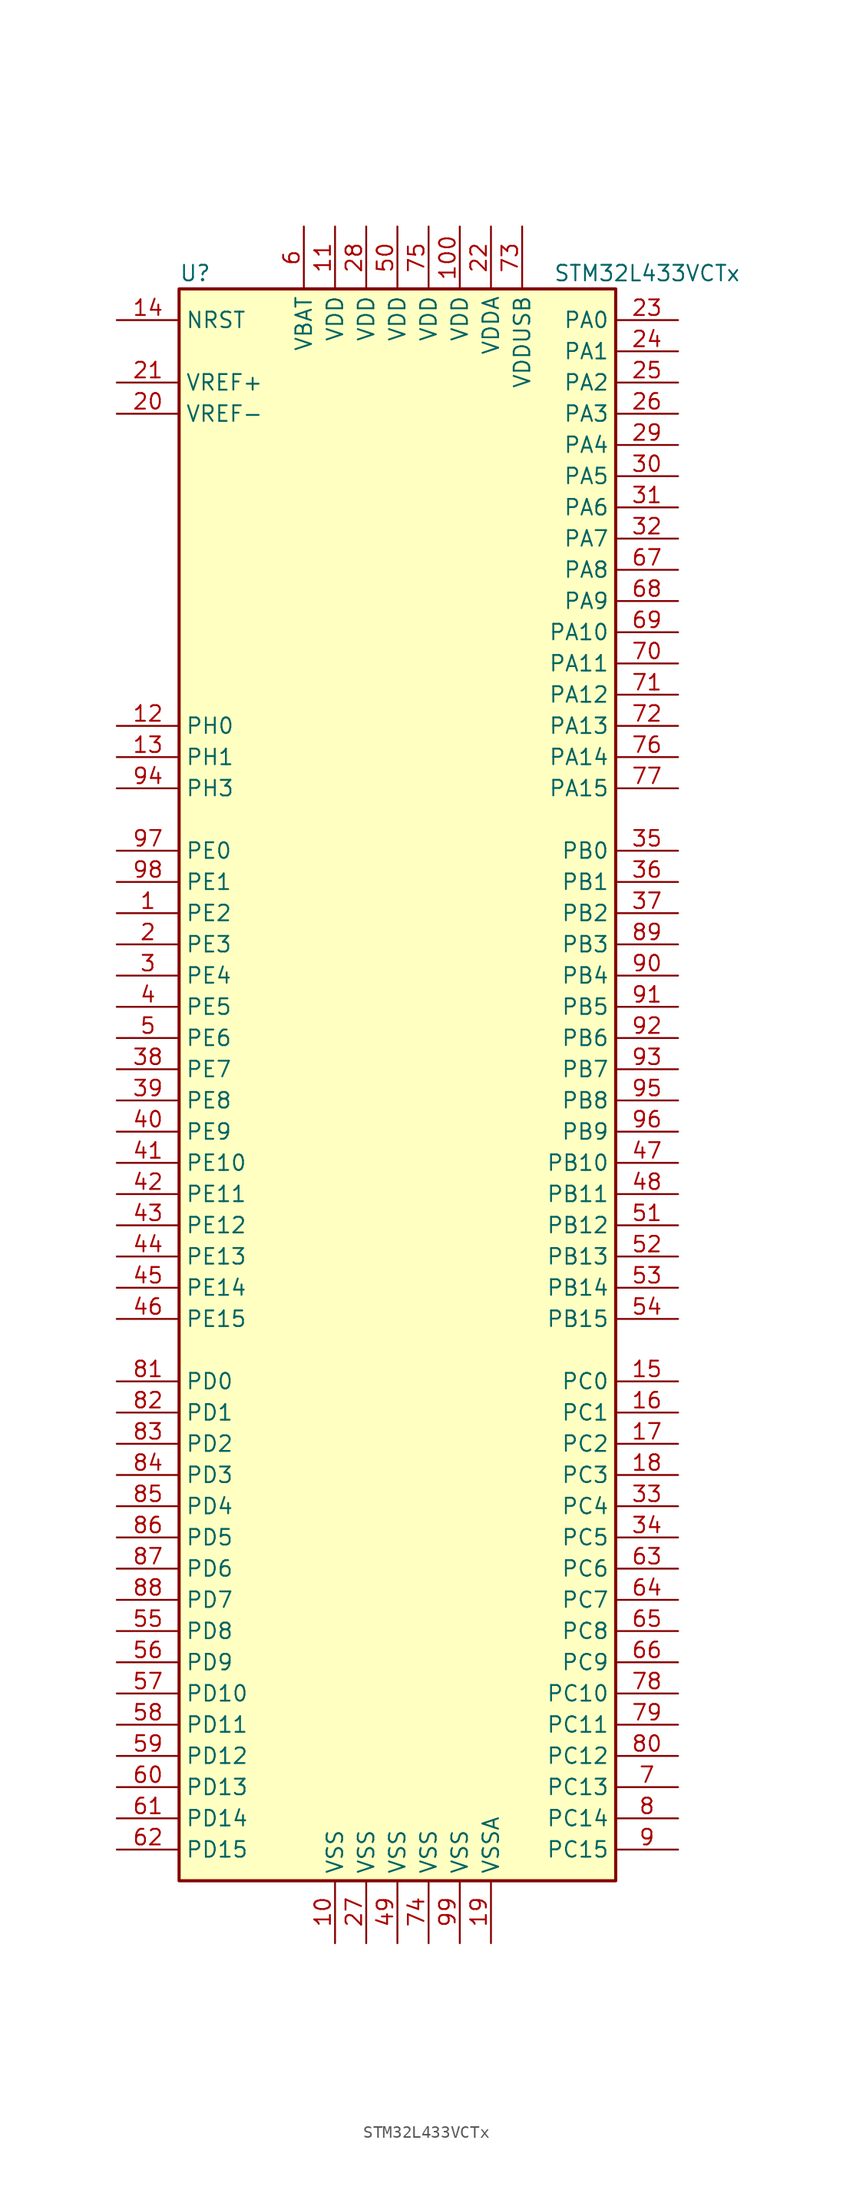
<source format=kicad_sym>
(kicad_symbol_lib
  (version 20201005)
  (generator kicad_symbol_editor)
  (symbol "STM32L433VCTx"
    (property "Reference" "U"
      (at -17.78 64.77 0)
      (effects (font (size 1.27 1.27)) (justify left)))
    (property "Value" "STM32L433VCTx"
      (at 12.7 64.77 0)
      (effects (font (size 1.27 1.27)) (justify left)))
    (symbol "STM32L433VCTx_0_1"
      (rectangle (start -17.78 -66.04) (end 17.78 63.5) (stroke (width 0.254)) (fill (type background))))
    (symbol "STM32L433VCTx_1_1"
      (pin bidirectional line (at -22.86 12.7 0) (length 5.08) (name "PE2" (effects (font (size 1.27 1.27)))) (number "1" (effects (font (size 1.27 1.27)))))
      (pin power_in line (at -5.08 -71.12 90) (length 5.08) (name "VSS" (effects (font (size 1.27 1.27)))) (number "10" (effects (font (size 1.27 1.27)))))
      (pin power_in line (at 5.08 68.58 270) (length 5.08) (name "VDD" (effects (font (size 1.27 1.27)))) (number "100" (effects (font (size 1.27 1.27)))))
      (pin power_in line (at -5.08 68.58 270) (length 5.08) (name "VDD" (effects (font (size 1.27 1.27)))) (number "11" (effects (font (size 1.27 1.27)))))
      (pin input line (at -22.86 27.94 0) (length 5.08) (name "PH0" (effects (font (size 1.27 1.27)))) (number "12" (effects (font (size 1.27 1.27)))))
      (pin input line (at -22.86 25.4 0) (length 5.08) (name "PH1" (effects (font (size 1.27 1.27)))) (number "13" (effects (font (size 1.27 1.27)))))
      (pin input line (at -22.86 60.96 0) (length 5.08) (name "NRST" (effects (font (size 1.27 1.27)))) (number "14" (effects (font (size 1.27 1.27)))))
      (pin bidirectional line (at 22.86 -25.4 180) (length 5.08) (name "PC0" (effects (font (size 1.27 1.27)))) (number "15" (effects (font (size 1.27 1.27)))))
      (pin bidirectional line (at 22.86 -27.94 180) (length 5.08) (name "PC1" (effects (font (size 1.27 1.27)))) (number "16" (effects (font (size 1.27 1.27)))))
      (pin bidirectional line (at 22.86 -30.48 180) (length 5.08) (name "PC2" (effects (font (size 1.27 1.27)))) (number "17" (effects (font (size 1.27 1.27)))))
      (pin bidirectional line (at 22.86 -33.02 180) (length 5.08) (name "PC3" (effects (font (size 1.27 1.27)))) (number "18" (effects (font (size 1.27 1.27)))))
      (pin power_in line (at 7.62 -71.12 90) (length 5.08) (name "VSSA" (effects (font (size 1.27 1.27)))) (number "19" (effects (font (size 1.27 1.27)))))
      (pin bidirectional line (at -22.86 10.16 0) (length 5.08) (name "PE3" (effects (font (size 1.27 1.27)))) (number "2" (effects (font (size 1.27 1.27)))))
      (pin power_in line (at -22.86 53.34 0) (length 5.08) (name "VREF-" (effects (font (size 1.27 1.27)))) (number "20" (effects (font (size 1.27 1.27)))))
      (pin bidirectional line (at -22.86 55.88 0) (length 5.08) (name "VREF+" (effects (font (size 1.27 1.27)))) (number "21" (effects (font (size 1.27 1.27)))))
      (pin power_in line (at 7.62 68.58 270) (length 5.08) (name "VDDA" (effects (font (size 1.27 1.27)))) (number "22" (effects (font (size 1.27 1.27)))))
      (pin bidirectional line (at 22.86 60.96 180) (length 5.08) (name "PA0" (effects (font (size 1.27 1.27)))) (number "23" (effects (font (size 1.27 1.27)))))
      (pin bidirectional line (at 22.86 58.42 180) (length 5.08) (name "PA1" (effects (font (size 1.27 1.27)))) (number "24" (effects (font (size 1.27 1.27)))))
      (pin bidirectional line (at 22.86 55.88 180) (length 5.08) (name "PA2" (effects (font (size 1.27 1.27)))) (number "25" (effects (font (size 1.27 1.27)))))
      (pin bidirectional line (at 22.86 53.34 180) (length 5.08) (name "PA3" (effects (font (size 1.27 1.27)))) (number "26" (effects (font (size 1.27 1.27)))))
      (pin power_in line (at -2.54 -71.12 90) (length 5.08) (name "VSS" (effects (font (size 1.27 1.27)))) (number "27" (effects (font (size 1.27 1.27)))))
      (pin power_in line (at -2.54 68.58 270) (length 5.08) (name "VDD" (effects (font (size 1.27 1.27)))) (number "28" (effects (font (size 1.27 1.27)))))
      (pin bidirectional line (at 22.86 50.8 180) (length 5.08) (name "PA4" (effects (font (size 1.27 1.27)))) (number "29" (effects (font (size 1.27 1.27)))))
      (pin bidirectional line (at -22.86 7.62 0) (length 5.08) (name "PE4" (effects (font (size 1.27 1.27)))) (number "3" (effects (font (size 1.27 1.27)))))
      (pin bidirectional line (at 22.86 48.26 180) (length 5.08) (name "PA5" (effects (font (size 1.27 1.27)))) (number "30" (effects (font (size 1.27 1.27)))))
      (pin bidirectional line (at 22.86 45.72 180) (length 5.08) (name "PA6" (effects (font (size 1.27 1.27)))) (number "31" (effects (font (size 1.27 1.27)))))
      (pin bidirectional line (at 22.86 43.18 180) (length 5.08) (name "PA7" (effects (font (size 1.27 1.27)))) (number "32" (effects (font (size 1.27 1.27)))))
      (pin bidirectional line (at 22.86 -35.56 180) (length 5.08) (name "PC4" (effects (font (size 1.27 1.27)))) (number "33" (effects (font (size 1.27 1.27)))))
      (pin bidirectional line (at 22.86 -38.1 180) (length 5.08) (name "PC5" (effects (font (size 1.27 1.27)))) (number "34" (effects (font (size 1.27 1.27)))))
      (pin bidirectional line (at 22.86 17.78 180) (length 5.08) (name "PB0" (effects (font (size 1.27 1.27)))) (number "35" (effects (font (size 1.27 1.27)))))
      (pin bidirectional line (at 22.86 15.24 180) (length 5.08) (name "PB1" (effects (font (size 1.27 1.27)))) (number "36" (effects (font (size 1.27 1.27)))))
      (pin bidirectional line (at 22.86 12.7 180) (length 5.08) (name "PB2" (effects (font (size 1.27 1.27)))) (number "37" (effects (font (size 1.27 1.27)))))
      (pin bidirectional line (at -22.86 0 0) (length 5.08) (name "PE7" (effects (font (size 1.27 1.27)))) (number "38" (effects (font (size 1.27 1.27)))))
      (pin bidirectional line (at -22.86 -2.54 0) (length 5.08) (name "PE8" (effects (font (size 1.27 1.27)))) (number "39" (effects (font (size 1.27 1.27)))))
      (pin bidirectional line (at -22.86 5.08 0) (length 5.08) (name "PE5" (effects (font (size 1.27 1.27)))) (number "4" (effects (font (size 1.27 1.27)))))
      (pin bidirectional line (at -22.86 -5.08 0) (length 5.08) (name "PE9" (effects (font (size 1.27 1.27)))) (number "40" (effects (font (size 1.27 1.27)))))
      (pin bidirectional line (at -22.86 -7.62 0) (length 5.08) (name "PE10" (effects (font (size 1.27 1.27)))) (number "41" (effects (font (size 1.27 1.27)))))
      (pin bidirectional line (at -22.86 -10.16 0) (length 5.08) (name "PE11" (effects (font (size 1.27 1.27)))) (number "42" (effects (font (size 1.27 1.27)))))
      (pin bidirectional line (at -22.86 -12.7 0) (length 5.08) (name "PE12" (effects (font (size 1.27 1.27)))) (number "43" (effects (font (size 1.27 1.27)))))
      (pin bidirectional line (at -22.86 -15.24 0) (length 5.08) (name "PE13" (effects (font (size 1.27 1.27)))) (number "44" (effects (font (size 1.27 1.27)))))
      (pin bidirectional line (at -22.86 -17.78 0) (length 5.08) (name "PE14" (effects (font (size 1.27 1.27)))) (number "45" (effects (font (size 1.27 1.27)))))
      (pin bidirectional line (at -22.86 -20.32 0) (length 5.08) (name "PE15" (effects (font (size 1.27 1.27)))) (number "46" (effects (font (size 1.27 1.27)))))
      (pin bidirectional line (at 22.86 -7.62 180) (length 5.08) (name "PB10" (effects (font (size 1.27 1.27)))) (number "47" (effects (font (size 1.27 1.27)))))
      (pin bidirectional line (at 22.86 -10.16 180) (length 5.08) (name "PB11" (effects (font (size 1.27 1.27)))) (number "48" (effects (font (size 1.27 1.27)))))
      (pin power_in line (at 0 -71.12 90) (length 5.08) (name "VSS" (effects (font (size 1.27 1.27)))) (number "49" (effects (font (size 1.27 1.27)))))
      (pin bidirectional line (at -22.86 2.54 0) (length 5.08) (name "PE6" (effects (font (size 1.27 1.27)))) (number "5" (effects (font (size 1.27 1.27)))))
      (pin power_in line (at 0 68.58 270) (length 5.08) (name "VDD" (effects (font (size 1.27 1.27)))) (number "50" (effects (font (size 1.27 1.27)))))
      (pin bidirectional line (at 22.86 -12.7 180) (length 5.08) (name "PB12" (effects (font (size 1.27 1.27)))) (number "51" (effects (font (size 1.27 1.27)))))
      (pin bidirectional line (at 22.86 -15.24 180) (length 5.08) (name "PB13" (effects (font (size 1.27 1.27)))) (number "52" (effects (font (size 1.27 1.27)))))
      (pin bidirectional line (at 22.86 -17.78 180) (length 5.08) (name "PB14" (effects (font (size 1.27 1.27)))) (number "53" (effects (font (size 1.27 1.27)))))
      (pin bidirectional line (at 22.86 -20.32 180) (length 5.08) (name "PB15" (effects (font (size 1.27 1.27)))) (number "54" (effects (font (size 1.27 1.27)))))
      (pin bidirectional line (at -22.86 -45.72 0) (length 5.08) (name "PD8" (effects (font (size 1.27 1.27)))) (number "55" (effects (font (size 1.27 1.27)))))
      (pin bidirectional line (at -22.86 -48.26 0) (length 5.08) (name "PD9" (effects (font (size 1.27 1.27)))) (number "56" (effects (font (size 1.27 1.27)))))
      (pin bidirectional line (at -22.86 -50.8 0) (length 5.08) (name "PD10" (effects (font (size 1.27 1.27)))) (number "57" (effects (font (size 1.27 1.27)))))
      (pin bidirectional line (at -22.86 -53.34 0) (length 5.08) (name "PD11" (effects (font (size 1.27 1.27)))) (number "58" (effects (font (size 1.27 1.27)))))
      (pin bidirectional line (at -22.86 -55.88 0) (length 5.08) (name "PD12" (effects (font (size 1.27 1.27)))) (number "59" (effects (font (size 1.27 1.27)))))
      (pin power_in line (at -7.62 68.58 270) (length 5.08) (name "VBAT" (effects (font (size 1.27 1.27)))) (number "6" (effects (font (size 1.27 1.27)))))
      (pin bidirectional line (at -22.86 -58.42 0) (length 5.08) (name "PD13" (effects (font (size 1.27 1.27)))) (number "60" (effects (font (size 1.27 1.27)))))
      (pin bidirectional line (at -22.86 -60.96 0) (length 5.08) (name "PD14" (effects (font (size 1.27 1.27)))) (number "61" (effects (font (size 1.27 1.27)))))
      (pin bidirectional line (at -22.86 -63.5 0) (length 5.08) (name "PD15" (effects (font (size 1.27 1.27)))) (number "62" (effects (font (size 1.27 1.27)))))
      (pin bidirectional line (at 22.86 -40.64 180) (length 5.08) (name "PC6" (effects (font (size 1.27 1.27)))) (number "63" (effects (font (size 1.27 1.27)))))
      (pin bidirectional line (at 22.86 -43.18 180) (length 5.08) (name "PC7" (effects (font (size 1.27 1.27)))) (number "64" (effects (font (size 1.27 1.27)))))
      (pin bidirectional line (at 22.86 -45.72 180) (length 5.08) (name "PC8" (effects (font (size 1.27 1.27)))) (number "65" (effects (font (size 1.27 1.27)))))
      (pin bidirectional line (at 22.86 -48.26 180) (length 5.08) (name "PC9" (effects (font (size 1.27 1.27)))) (number "66" (effects (font (size 1.27 1.27)))))
      (pin bidirectional line (at 22.86 40.64 180) (length 5.08) (name "PA8" (effects (font (size 1.27 1.27)))) (number "67" (effects (font (size 1.27 1.27)))))
      (pin bidirectional line (at 22.86 38.1 180) (length 5.08) (name "PA9" (effects (font (size 1.27 1.27)))) (number "68" (effects (font (size 1.27 1.27)))))
      (pin bidirectional line (at 22.86 35.56 180) (length 5.08) (name "PA10" (effects (font (size 1.27 1.27)))) (number "69" (effects (font (size 1.27 1.27)))))
      (pin bidirectional line (at 22.86 -58.42 180) (length 5.08) (name "PC13" (effects (font (size 1.27 1.27)))) (number "7" (effects (font (size 1.27 1.27)))))
      (pin bidirectional line (at 22.86 33.02 180) (length 5.08) (name "PA11" (effects (font (size 1.27 1.27)))) (number "70" (effects (font (size 1.27 1.27)))))
      (pin bidirectional line (at 22.86 30.48 180) (length 5.08) (name "PA12" (effects (font (size 1.27 1.27)))) (number "71" (effects (font (size 1.27 1.27)))))
      (pin bidirectional line (at 22.86 27.94 180) (length 5.08) (name "PA13" (effects (font (size 1.27 1.27)))) (number "72" (effects (font (size 1.27 1.27)))))
      (pin power_in line (at 10.16 68.58 270) (length 5.08) (name "VDDUSB" (effects (font (size 1.27 1.27)))) (number "73" (effects (font (size 1.27 1.27)))))
      (pin power_in line (at 2.54 -71.12 90) (length 5.08) (name "VSS" (effects (font (size 1.27 1.27)))) (number "74" (effects (font (size 1.27 1.27)))))
      (pin power_in line (at 2.54 68.58 270) (length 5.08) (name "VDD" (effects (font (size 1.27 1.27)))) (number "75" (effects (font (size 1.27 1.27)))))
      (pin bidirectional line (at 22.86 25.4 180) (length 5.08) (name "PA14" (effects (font (size 1.27 1.27)))) (number "76" (effects (font (size 1.27 1.27)))))
      (pin bidirectional line (at 22.86 22.86 180) (length 5.08) (name "PA15" (effects (font (size 1.27 1.27)))) (number "77" (effects (font (size 1.27 1.27)))))
      (pin bidirectional line (at 22.86 -50.8 180) (length 5.08) (name "PC10" (effects (font (size 1.27 1.27)))) (number "78" (effects (font (size 1.27 1.27)))))
      (pin bidirectional line (at 22.86 -53.34 180) (length 5.08) (name "PC11" (effects (font (size 1.27 1.27)))) (number "79" (effects (font (size 1.27 1.27)))))
      (pin bidirectional line (at 22.86 -60.96 180) (length 5.08) (name "PC14" (effects (font (size 1.27 1.27)))) (number "8" (effects (font (size 1.27 1.27)))))
      (pin bidirectional line (at 22.86 -55.88 180) (length 5.08) (name "PC12" (effects (font (size 1.27 1.27)))) (number "80" (effects (font (size 1.27 1.27)))))
      (pin bidirectional line (at -22.86 -25.4 0) (length 5.08) (name "PD0" (effects (font (size 1.27 1.27)))) (number "81" (effects (font (size 1.27 1.27)))))
      (pin bidirectional line (at -22.86 -27.94 0) (length 5.08) (name "PD1" (effects (font (size 1.27 1.27)))) (number "82" (effects (font (size 1.27 1.27)))))
      (pin bidirectional line (at -22.86 -30.48 0) (length 5.08) (name "PD2" (effects (font (size 1.27 1.27)))) (number "83" (effects (font (size 1.27 1.27)))))
      (pin bidirectional line (at -22.86 -33.02 0) (length 5.08) (name "PD3" (effects (font (size 1.27 1.27)))) (number "84" (effects (font (size 1.27 1.27)))))
      (pin bidirectional line (at -22.86 -35.56 0) (length 5.08) (name "PD4" (effects (font (size 1.27 1.27)))) (number "85" (effects (font (size 1.27 1.27)))))
      (pin bidirectional line (at -22.86 -38.1 0) (length 5.08) (name "PD5" (effects (font (size 1.27 1.27)))) (number "86" (effects (font (size 1.27 1.27)))))
      (pin bidirectional line (at -22.86 -40.64 0) (length 5.08) (name "PD6" (effects (font (size 1.27 1.27)))) (number "87" (effects (font (size 1.27 1.27)))))
      (pin bidirectional line (at -22.86 -43.18 0) (length 5.08) (name "PD7" (effects (font (size 1.27 1.27)))) (number "88" (effects (font (size 1.27 1.27)))))
      (pin bidirectional line (at 22.86 10.16 180) (length 5.08) (name "PB3" (effects (font (size 1.27 1.27)))) (number "89" (effects (font (size 1.27 1.27)))))
      (pin bidirectional line (at 22.86 -63.5 180) (length 5.08) (name "PC15" (effects (font (size 1.27 1.27)))) (number "9" (effects (font (size 1.27 1.27)))))
      (pin bidirectional line (at 22.86 7.62 180) (length 5.08) (name "PB4" (effects (font (size 1.27 1.27)))) (number "90" (effects (font (size 1.27 1.27)))))
      (pin bidirectional line (at 22.86 5.08 180) (length 5.08) (name "PB5" (effects (font (size 1.27 1.27)))) (number "91" (effects (font (size 1.27 1.27)))))
      (pin bidirectional line (at 22.86 2.54 180) (length 5.08) (name "PB6" (effects (font (size 1.27 1.27)))) (number "92" (effects (font (size 1.27 1.27)))))
      (pin bidirectional line (at 22.86 0 180) (length 5.08) (name "PB7" (effects (font (size 1.27 1.27)))) (number "93" (effects (font (size 1.27 1.27)))))
      (pin bidirectional line (at -22.86 22.86 0) (length 5.08) (name "PH3" (effects (font (size 1.27 1.27)))) (number "94" (effects (font (size 1.27 1.27)))))
      (pin bidirectional line (at 22.86 -2.54 180) (length 5.08) (name "PB8" (effects (font (size 1.27 1.27)))) (number "95" (effects (font (size 1.27 1.27)))))
      (pin bidirectional line (at 22.86 -5.08 180) (length 5.08) (name "PB9" (effects (font (size 1.27 1.27)))) (number "96" (effects (font (size 1.27 1.27)))))
      (pin bidirectional line (at -22.86 17.78 0) (length 5.08) (name "PE0" (effects (font (size 1.27 1.27)))) (number "97" (effects (font (size 1.27 1.27)))))
      (pin bidirectional line (at -22.86 15.24 0) (length 5.08) (name "PE1" (effects (font (size 1.27 1.27)))) (number "98" (effects (font (size 1.27 1.27)))))
      (pin power_in line (at 5.08 -71.12 90) (length 5.08) (name "VSS" (effects (font (size 1.27 1.27)))) (number "99" (effects (font (size 1.27 1.27))))))))
</source>
